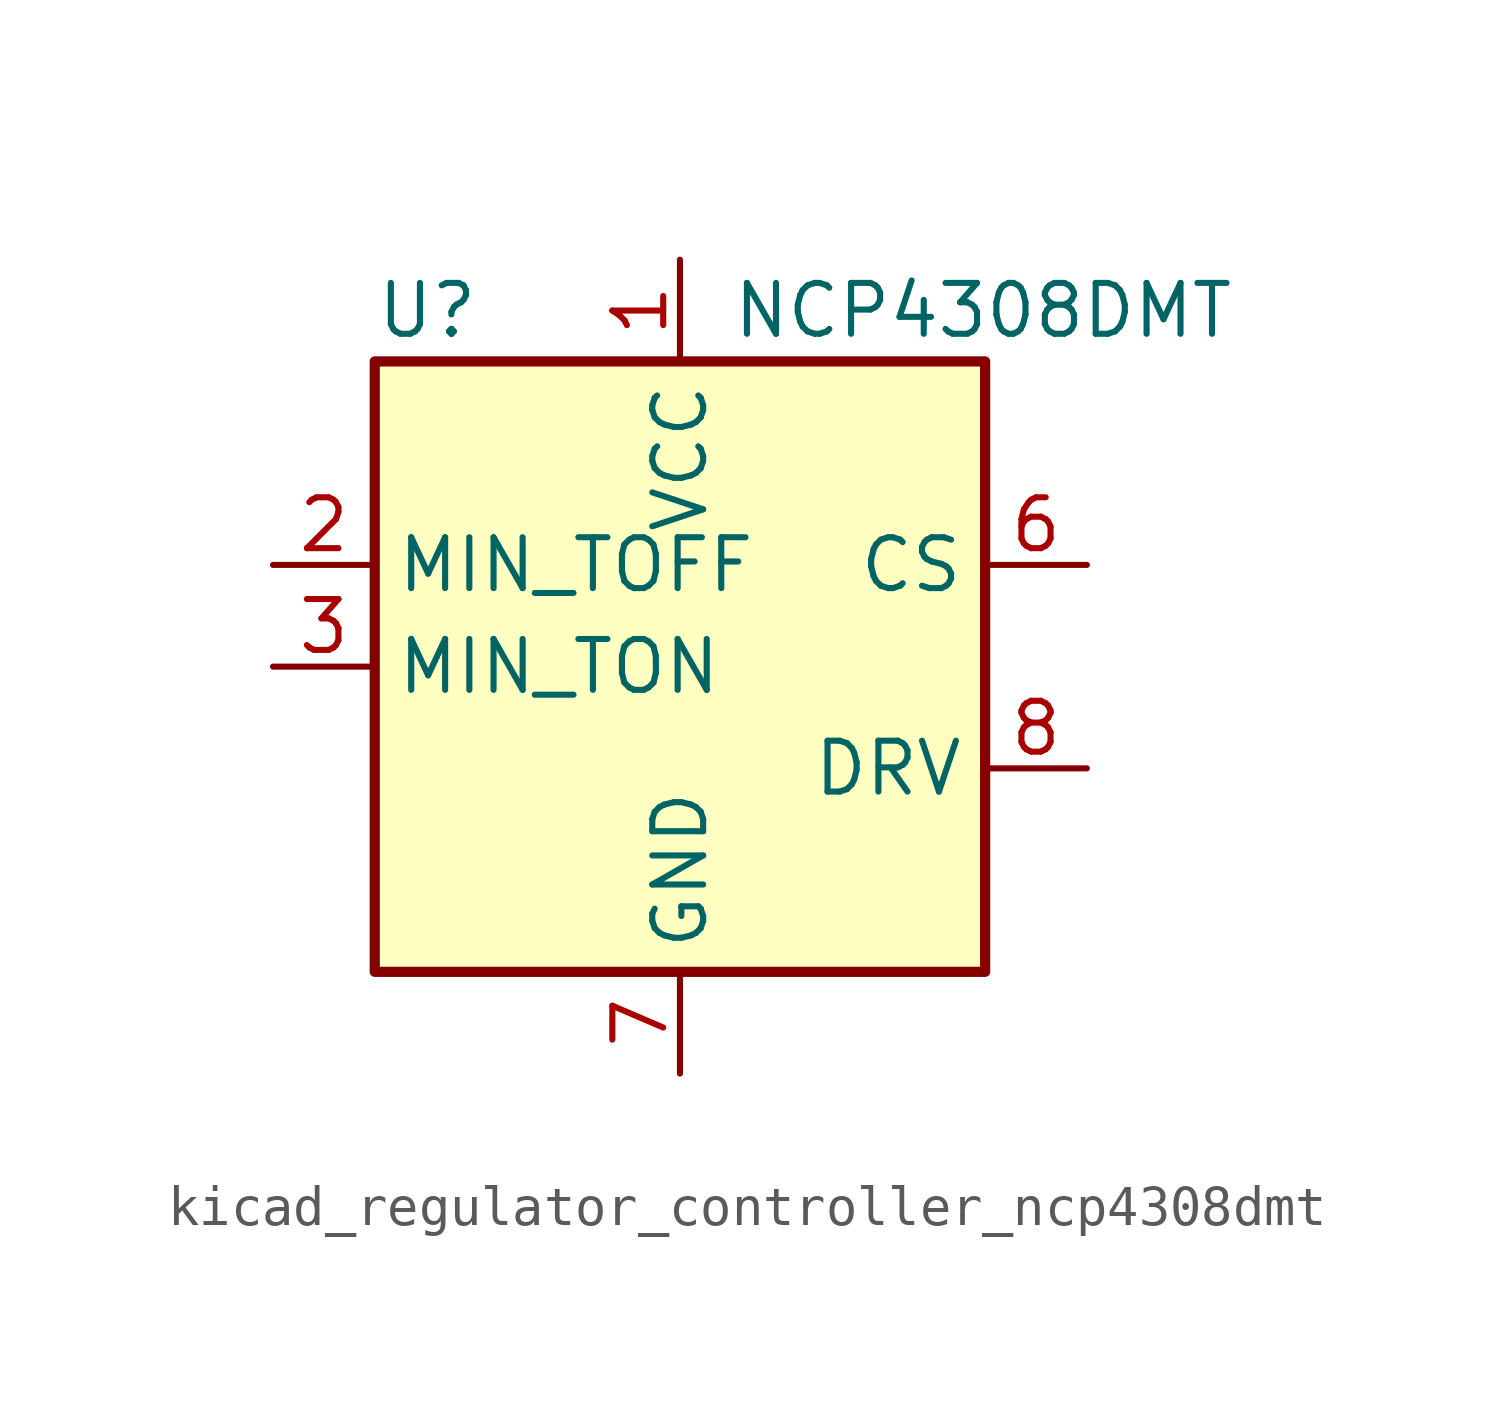
<source format=kicad_sym>
(kicad_symbol_lib
  (version 20220914)
  (generator kicad_symbol_editor)
  (symbol "kicad_regulator_controller_ncp4308dmt"
    (property "Reference" "U"
      (at -7.62 8.89 0)
      (effects (font (size 1.27 1.27)) (justify left)))
    (property "Value" "NCP4308DMT"
      (at 1.27 8.89 0)
      (effects (font (size 1.27 1.27)) (justify left)))
    (symbol "kicad_regulator_controller_ncp4308dmt_0_1"
      (rectangle (start -7.62 7.62) (end 7.62 -7.62) (stroke (width 0.254) (type default)) (fill (type background))))
    (symbol "kicad_regulator_controller_ncp4308dmt_1_1"
      (pin power_in line (at 0 10.16 270) (length 2.54) (name "VCC" (effects (font (size 1.27 1.27)))) (number "1" (effects (font (size 1.27 1.27)))))
      (pin passive line (at -10.16 2.54 0) (length 2.54) (name "MIN_TOFF" (effects (font (size 1.27 1.27)))) (number "2" (effects (font (size 1.27 1.27)))))
      (pin passive line (at -10.16 0 0) (length 2.54) (name "MIN_TON" (effects (font (size 1.27 1.27)))) (number "3" (effects (font (size 1.27 1.27)))))
      (pin no_connect line (at 7.62 -5.08 180) (length 2.54) hide (name "NC" (effects (font (size 1.27 1.27)))) (number "4" (effects (font (size 1.27 1.27)))))
      (pin no_connect line (at 7.62 -7.62 180) (length 2.54) hide (name "NC" (effects (font (size 1.27 1.27)))) (number "5" (effects (font (size 1.27 1.27)))))
      (pin input line (at 10.16 2.54 180) (length 2.54) (name "CS" (effects (font (size 1.27 1.27)))) (number "6" (effects (font (size 1.27 1.27)))))
      (pin power_in line (at 0 -10.16 90) (length 2.54) (name "GND" (effects (font (size 1.27 1.27)))) (number "7" (effects (font (size 1.27 1.27)))))
      (pin output line (at 10.16 -2.54 180) (length 2.54) (name "DRV" (effects (font (size 1.27 1.27)))) (number "8" (effects (font (size 1.27 1.27))))))))
</source>
